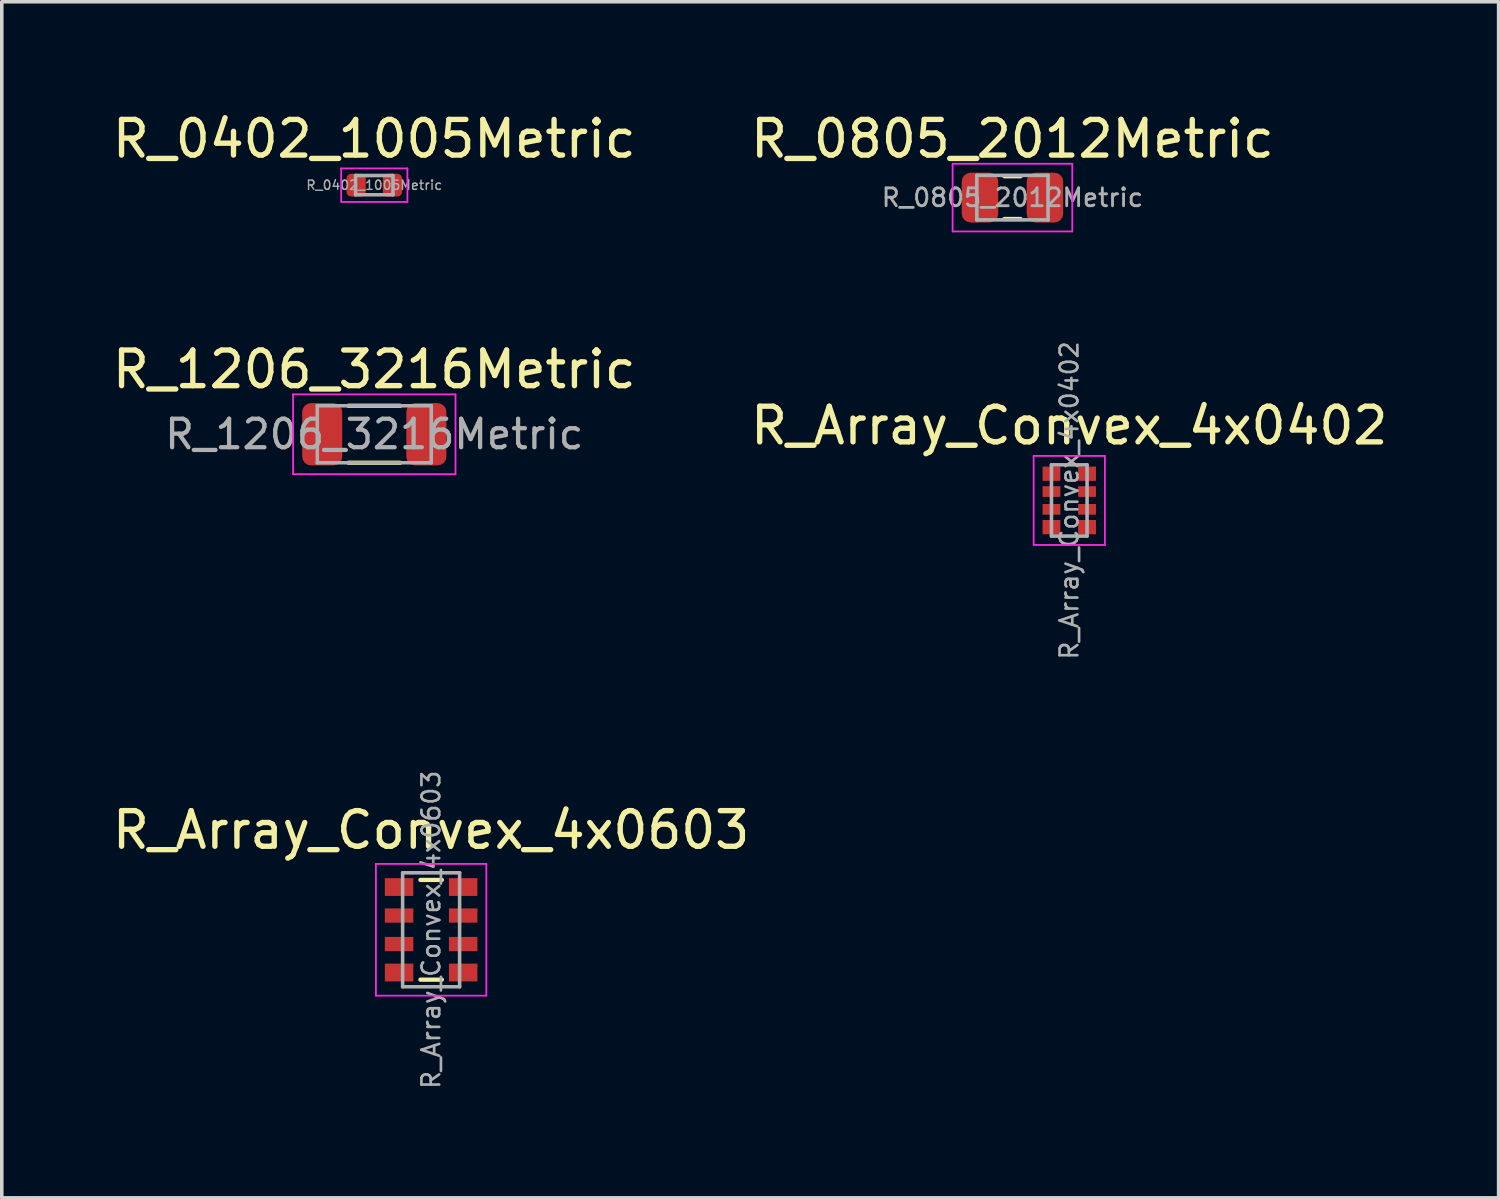
<source format=kicad_pcb>
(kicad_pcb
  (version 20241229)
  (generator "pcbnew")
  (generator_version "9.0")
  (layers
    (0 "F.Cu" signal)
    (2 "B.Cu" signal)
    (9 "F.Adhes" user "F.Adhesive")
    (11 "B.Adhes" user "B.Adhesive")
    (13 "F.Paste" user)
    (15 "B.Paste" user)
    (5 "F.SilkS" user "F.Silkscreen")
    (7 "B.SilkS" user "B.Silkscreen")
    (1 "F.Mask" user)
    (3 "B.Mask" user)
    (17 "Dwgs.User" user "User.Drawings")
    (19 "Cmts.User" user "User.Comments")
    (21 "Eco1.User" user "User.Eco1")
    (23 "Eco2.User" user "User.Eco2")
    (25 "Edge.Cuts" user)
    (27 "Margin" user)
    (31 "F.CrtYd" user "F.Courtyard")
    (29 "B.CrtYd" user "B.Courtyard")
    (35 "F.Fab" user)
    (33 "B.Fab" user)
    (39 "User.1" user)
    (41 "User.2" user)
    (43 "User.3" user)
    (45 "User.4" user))
  (footprint "R_1206_3216Metric"
    (layer "F.Cu")
    (at 7.458 9.142)
    (property "Reference" "R_1206_3216Metric" (at 0 -1.82 0) (layer "F.SilkS") (effects (font (size 1 1) (thickness 0.15))))
    (attr smd)
    (fp_line (start -0.727 -0.8) (end 0.727 -0.8) (stroke (width 0.12) (type solid)) (layer "F.SilkS"))
    (fp_line (start -0.727 0.8) (end 0.727 0.8) (stroke (width 0.12) (type solid)) (layer "F.SilkS"))
    (fp_line (start -2.28 -1.12) (end 2.28 -1.12) (stroke (width 0.05) (type solid)) (layer "F.CrtYd"))
    (fp_line (start -2.28 1.12) (end -2.28 -1.12) (stroke (width 0.05) (type solid)) (layer "F.CrtYd"))
    (fp_line (start 2.28 -1.12) (end 2.28 1.12) (stroke (width 0.05) (type solid)) (layer "F.CrtYd"))
    (fp_line (start 2.28 1.12) (end -2.28 1.12) (stroke (width 0.05) (type solid)) (layer "F.CrtYd"))
    (fp_line (start -1.6 -0.8) (end 1.6 -0.8) (stroke (width 0.1) (type solid)) (layer "F.Fab"))
    (fp_line (start -1.6 0.8) (end -1.6 -0.8) (stroke (width 0.1) (type solid)) (layer "F.Fab"))
    (fp_line (start 1.6 -0.8) (end 1.6 0.8) (stroke (width 0.1) (type solid)) (layer "F.Fab"))
    (fp_line (start 1.6 0.8) (end -1.6 0.8) (stroke (width 0.1) (type solid)) (layer "F.Fab"))
    (fp_text user "${REFERENCE}" (at 0 0 0) (layer "F.Fab") (effects (font (size 0.8 0.8) (thickness 0.12))))
    (pad "1" smd roundrect (at -1.462 0) (size 1.125 1.75) (layers "F.Cu" "F.Mask" "F.Paste") (roundrect_rratio 0.222))
    (pad "2" smd roundrect (at 1.462 0) (size 1.125 1.75) (layers "F.Cu" "F.Mask" "F.Paste") (roundrect_rratio 0.222)))
  (footprint "R_Array_Convex_4x0402"
    (layer "F.Cu")
    (at 26.97 11)
    (property "Reference" "R_Array_Convex_4x0402" (at 0 -2.1 0) (layer "F.SilkS") (effects (font (size 1 1) (thickness 0.15))))
    (attr smd)
    (fp_line (start -1 -1.25) (end -1 1.25) (stroke (width 0.05) (type solid)) (layer "F.CrtYd"))
    (fp_line (start -1 -1.25) (end 1 -1.25) (stroke (width 0.05) (type solid)) (layer "F.CrtYd"))
    (fp_line (start 1 1.25) (end -1 1.25) (stroke (width 0.05) (type solid)) (layer "F.CrtYd"))
    (fp_line (start 1 1.25) (end 1 -1.25) (stroke (width 0.05) (type solid)) (layer "F.CrtYd"))
    (fp_line (start -0.5 -1) (end 0.5 -1) (stroke (width 0.1) (type solid)) (layer "F.Fab"))
    (fp_line (start -0.5 1) (end -0.5 -1) (stroke (width 0.1) (type solid)) (layer "F.Fab"))
    (fp_line (start 0.5 -1) (end 0.5 1) (stroke (width 0.1) (type solid)) (layer "F.Fab"))
    (fp_line (start 0.5 1) (end -0.5 1) (stroke (width 0.1) (type solid)) (layer "F.Fab"))
    (fp_text user "${REFERENCE}" (at 0 0 90) (layer "F.Fab") (effects (font (size 0.5 0.5) (thickness 0.075))))
    (pad "1" smd rect (at -0.5 -0.75) (size 0.5 0.4) (layers "F.Cu" "F.Mask" "F.Paste"))
    (pad "2" smd rect (at -0.5 -0.25) (size 0.5 0.3) (layers "F.Cu" "F.Mask" "F.Paste"))
    (pad "3" smd rect (at -0.5 0.25) (size 0.5 0.3) (layers "F.Cu" "F.Mask" "F.Paste"))
    (pad "4" smd rect (at -0.5 0.75) (size 0.5 0.4) (layers "F.Cu" "F.Mask" "F.Paste"))
    (pad "5" smd rect (at 0.5 0.75) (size 0.5 0.4) (layers "F.Cu" "F.Mask" "F.Paste"))
    (pad "6" smd rect (at 0.5 0.25) (size 0.5 0.3) (layers "F.Cu" "F.Mask" "F.Paste"))
    (pad "7" smd rect (at 0.5 -0.25) (size 0.5 0.3) (layers "F.Cu" "F.Mask" "F.Paste"))
    (pad "8" smd rect (at 0.5 -0.75) (size 0.5 0.4) (layers "F.Cu" "F.Mask" "F.Paste")))
  (footprint "R_Array_Convex_4x0603"
    (layer "F.Cu")
    (at 9.054 23.054)
    (property "Reference" "R_Array_Convex_4x0603" (at 0 -2.8 0) (layer "F.SilkS") (effects (font (size 1 1) (thickness 0.15))))
    (attr smd)
    (fp_line (start 0.3 -1.4) (end -0.3 -1.4) (stroke (width 0.12) (type solid)) (layer "F.SilkS"))
    (fp_line (start 0.3 1.4) (end -0.3 1.4) (stroke (width 0.12) (type solid)) (layer "F.SilkS"))
    (fp_line (start -1.55 -1.85) (end -1.55 1.85) (stroke (width 0.05) (type solid)) (layer "F.CrtYd"))
    (fp_line (start -1.55 -1.85) (end 1.55 -1.85) (stroke (width 0.05) (type solid)) (layer "F.CrtYd"))
    (fp_line (start 1.55 1.85) (end -1.55 1.85) (stroke (width 0.05) (type solid)) (layer "F.CrtYd"))
    (fp_line (start 1.55 1.85) (end 1.55 -1.85) (stroke (width 0.05) (type solid)) (layer "F.CrtYd"))
    (fp_line (start -0.8 -1.6) (end 0.8 -1.6) (stroke (width 0.1) (type solid)) (layer "F.Fab"))
    (fp_line (start -0.8 1.6) (end -0.8 -1.6) (stroke (width 0.1) (type solid)) (layer "F.Fab"))
    (fp_line (start 0.8 -1.6) (end 0.8 1.6) (stroke (width 0.1) (type solid)) (layer "F.Fab"))
    (fp_line (start 0.8 1.6) (end -0.8 1.6) (stroke (width 0.1) (type solid)) (layer "F.Fab"))
    (fp_text user "${REFERENCE}" (at 0 0 90) (layer "F.Fab") (effects (font (size 0.5 0.5) (thickness 0.075))))
    (pad "1" smd rect (at -0.9 -1.2) (size 0.8 0.5) (layers "F.Cu" "F.Mask" "F.Paste"))
    (pad "2" smd rect (at -0.9 -0.4) (size 0.8 0.4) (layers "F.Cu" "F.Mask" "F.Paste"))
    (pad "3" smd rect (at -0.9 0.4) (size 0.8 0.4) (layers "F.Cu" "F.Mask" "F.Paste"))
    (pad "4" smd rect (at -0.9 1.2) (size 0.8 0.5) (layers "F.Cu" "F.Mask" "F.Paste"))
    (pad "5" smd rect (at 0.9 1.2) (size 0.8 0.5) (layers "F.Cu" "F.Mask" "F.Paste"))
    (pad "6" smd rect (at 0.9 0.4) (size 0.8 0.4) (layers "F.Cu" "F.Mask" "F.Paste"))
    (pad "7" smd rect (at 0.9 -0.4) (size 0.8 0.4) (layers "F.Cu" "F.Mask" "F.Paste"))
    (pad "8" smd rect (at 0.9 -1.2) (size 0.8 0.5) (layers "F.Cu" "F.Mask" "F.Paste")))
  (footprint "R_0402_1005Metric"
    (layer "F.Cu")
    (at 7.458 2.148)
    (property "Reference" "R_0402_1005Metric" (at 0 -1.3 0) (layer "F.SilkS") (effects (font (size 1 1) (thickness 0.15))))
    (attr smd)
    (fp_line (start -0.93 -0.47) (end 0.93 -0.47) (stroke (width 0.05) (type solid)) (layer "F.CrtYd"))
    (fp_line (start -0.93 0.47) (end -0.93 -0.47) (stroke (width 0.05) (type solid)) (layer "F.CrtYd"))
    (fp_line (start 0.93 -0.47) (end 0.93 0.47) (stroke (width 0.05) (type solid)) (layer "F.CrtYd"))
    (fp_line (start 0.93 0.47) (end -0.93 0.47) (stroke (width 0.05) (type solid)) (layer "F.CrtYd"))
    (fp_line (start -0.525 -0.27) (end 0.525 -0.27) (stroke (width 0.1) (type solid)) (layer "F.Fab"))
    (fp_line (start -0.525 0.27) (end -0.525 -0.27) (stroke (width 0.1) (type solid)) (layer "F.Fab"))
    (fp_line (start 0.525 -0.27) (end 0.525 0.27) (stroke (width 0.1) (type solid)) (layer "F.Fab"))
    (fp_line (start 0.525 0.27) (end -0.525 0.27) (stroke (width 0.1) (type solid)) (layer "F.Fab"))
    (fp_text user "${REFERENCE}" (at 0 0 0) (layer "F.Fab") (effects (font (size 0.26 0.26) (thickness 0.04))))
    (pad "1" smd roundrect (at -0.51 0) (size 0.54 0.64) (layers "F.Cu" "F.Mask" "F.Paste") (roundrect_rratio 0.25))
    (pad "2" smd roundrect (at 0.51 0) (size 0.54 0.64) (layers "F.Cu" "F.Mask" "F.Paste") (roundrect_rratio 0.25)))
  (footprint "R_0805_2012Metric"
    (layer "F.Cu")
    (at 25.375 2.498)
    (property "Reference" "R_0805_2012Metric" (at 0 -1.65 0) (layer "F.SilkS") (effects (font (size 1 1) (thickness 0.15))))
    (attr smd)
    (fp_line (start -0.227 -0.6) (end 0.227 -0.6) (stroke (width 0.12) (type solid)) (layer "F.SilkS"))
    (fp_line (start -0.227 0.6) (end 0.227 0.6) (stroke (width 0.12) (type solid)) (layer "F.SilkS"))
    (fp_line (start -1.68 -0.95) (end 1.68 -0.95) (stroke (width 0.05) (type solid)) (layer "F.CrtYd"))
    (fp_line (start -1.68 0.95) (end -1.68 -0.95) (stroke (width 0.05) (type solid)) (layer "F.CrtYd"))
    (fp_line (start 1.68 -0.95) (end 1.68 0.95) (stroke (width 0.05) (type solid)) (layer "F.CrtYd"))
    (fp_line (start 1.68 0.95) (end -1.68 0.95) (stroke (width 0.05) (type solid)) (layer "F.CrtYd"))
    (fp_line (start -1 -0.625) (end 1 -0.625) (stroke (width 0.1) (type solid)) (layer "F.Fab"))
    (fp_line (start -1 0.625) (end -1 -0.625) (stroke (width 0.1) (type solid)) (layer "F.Fab"))
    (fp_line (start 1 -0.625) (end 1 0.625) (stroke (width 0.1) (type solid)) (layer "F.Fab"))
    (fp_line (start 1 0.625) (end -1 0.625) (stroke (width 0.1) (type solid)) (layer "F.Fab"))
    (fp_text user "${REFERENCE}" (at 0 0 0) (layer "F.Fab") (effects (font (size 0.5 0.5) (thickness 0.08))))
    (pad "1" smd roundrect (at -0.912 0) (size 1.025 1.4) (layers "F.Cu" "F.Mask" "F.Paste") (roundrect_rratio 0.244))
    (pad "2" smd roundrect (at 0.912 0) (size 1.025 1.4) (layers "F.Cu" "F.Mask" "F.Paste") (roundrect_rratio 0.244)))
  (gr_rect
    (start -3 -3)
    (end 39.024 30.58)
    (stroke (width 0.1) (type default))
    (fill no)
    (layer "Edge.Cuts")))
</source>
